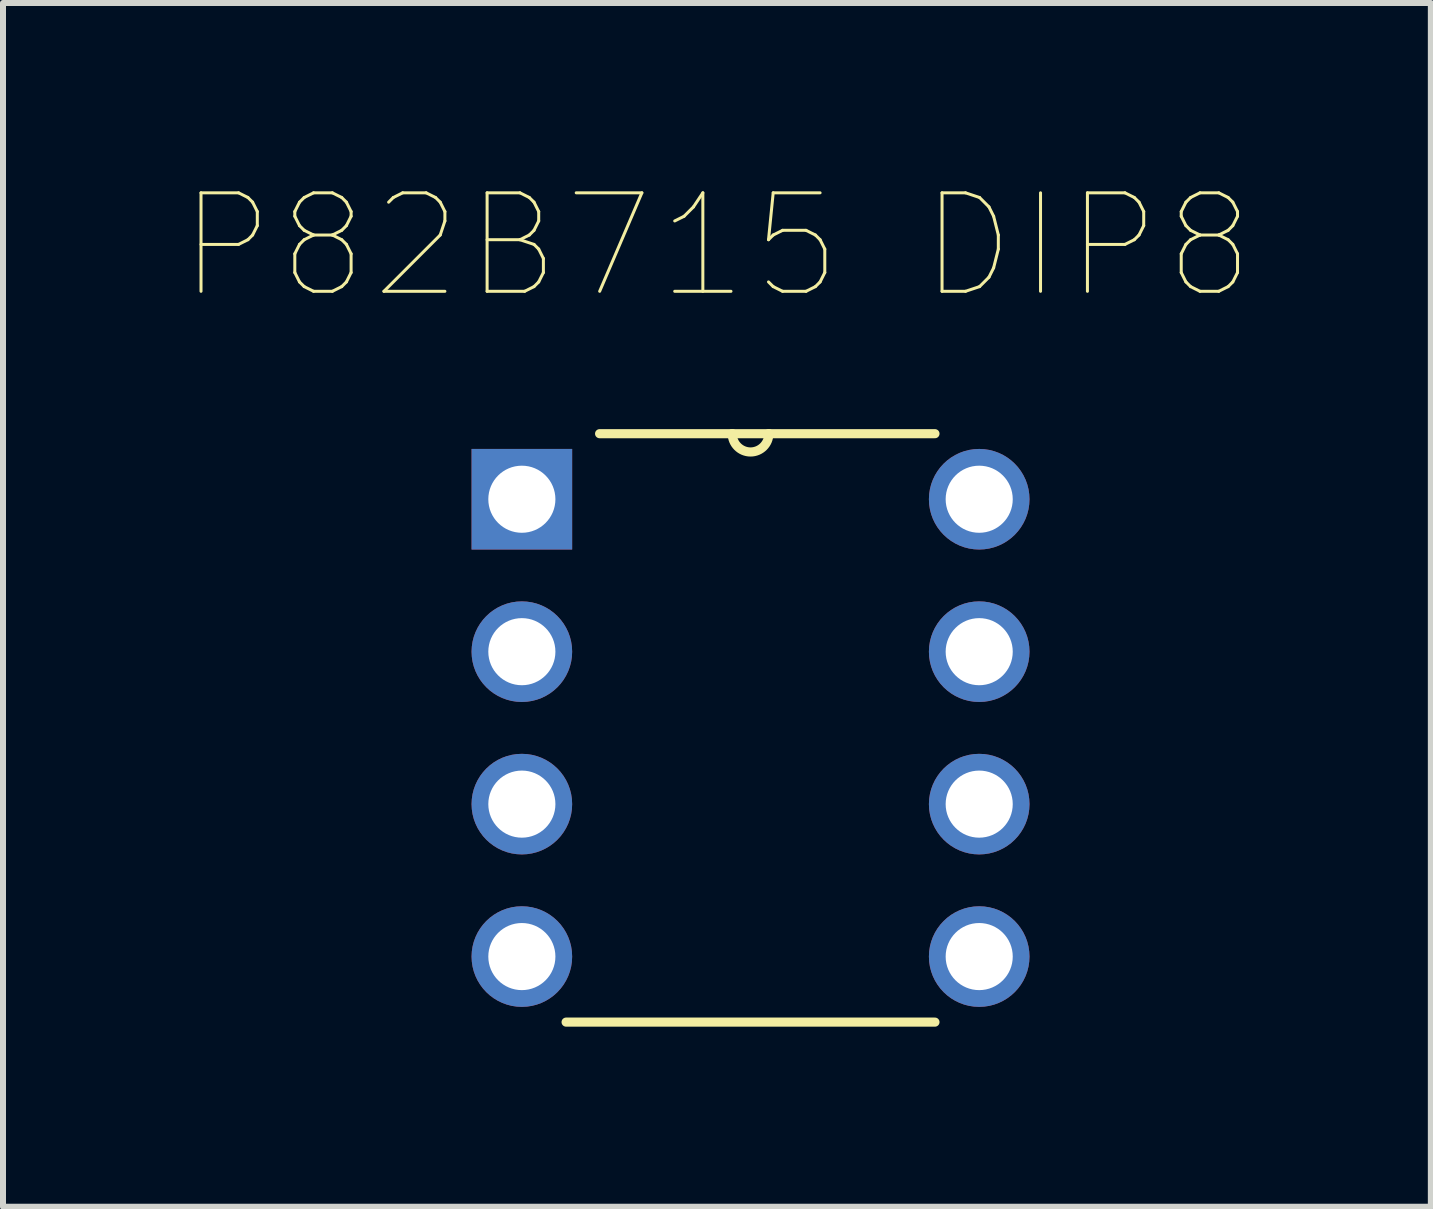
<source format=kicad_pcb>
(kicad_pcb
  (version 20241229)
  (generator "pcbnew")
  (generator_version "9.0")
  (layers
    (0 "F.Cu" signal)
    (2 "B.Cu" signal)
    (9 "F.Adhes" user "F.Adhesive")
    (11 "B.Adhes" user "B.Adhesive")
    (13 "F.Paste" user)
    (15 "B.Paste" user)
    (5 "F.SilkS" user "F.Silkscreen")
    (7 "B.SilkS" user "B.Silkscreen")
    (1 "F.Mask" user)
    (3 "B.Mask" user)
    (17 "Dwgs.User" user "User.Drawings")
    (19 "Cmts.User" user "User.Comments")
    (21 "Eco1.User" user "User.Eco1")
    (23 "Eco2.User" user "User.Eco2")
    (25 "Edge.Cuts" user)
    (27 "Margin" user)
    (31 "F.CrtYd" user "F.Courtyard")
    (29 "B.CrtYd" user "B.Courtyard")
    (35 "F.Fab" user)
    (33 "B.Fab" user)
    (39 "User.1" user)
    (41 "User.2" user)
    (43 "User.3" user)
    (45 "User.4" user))
  (footprint "P82B715 DIP8"
    (layer "F.Cu")
    (at 13.265 12.888)
    (property "Reference" "P82B715 DIP8" (at -4.37 -11.841 0) (layer "F.SilkS") (effects (font (size 1.641 1.641) (thickness 0.05))))
    (attr through_hole)
    (fp_line (start -6.883 1.092) (end -0.737 1.092) (stroke (width 0.152) (type solid)) (layer "F.SilkS"))
    (fp_line (start -4.115 -8.712) (end -6.325 -8.712) (stroke (width 0.152) (type solid)) (layer "F.SilkS"))
    (fp_line (start -3.505 -8.712) (end -4.115 -8.712) (stroke (width 0.152) (type solid)) (layer "F.SilkS"))
    (fp_line (start -0.737 -8.712) (end -3.505 -8.712) (stroke (width 0.152) (type solid)) (layer "F.SilkS"))
    (fp_arc (start -3.5052 -8.7122) (mid -3.81 -8.4074) (end -4.1148 -8.7122) (stroke (width 0.1524) (type solid)) (layer "F.SilkS"))
    (fp_line (start -8.179 -8.179) (end -8.179 -7.061) (stroke (width 0.1) (type solid)) (layer "Eco2.User"))
    (fp_line (start -8.179 -7.061) (end -7.061 -7.061) (stroke (width 0.1) (type solid)) (layer "Eco2.User"))
    (fp_line (start -8.179 -5.639) (end -8.179 -4.521) (stroke (width 0.1) (type solid)) (layer "Eco2.User"))
    (fp_line (start -8.179 -4.521) (end -7.061 -4.521) (stroke (width 0.1) (type solid)) (layer "Eco2.User"))
    (fp_line (start -8.179 -3.099) (end -8.179 -1.981) (stroke (width 0.1) (type solid)) (layer "Eco2.User"))
    (fp_line (start -8.179 -1.981) (end -7.061 -1.981) (stroke (width 0.1) (type solid)) (layer "Eco2.User"))
    (fp_line (start -8.179 -0.559) (end -8.179 0.559) (stroke (width 0.1) (type solid)) (layer "Eco2.User"))
    (fp_line (start -8.179 0.559) (end -7.061 0.559) (stroke (width 0.1) (type solid)) (layer "Eco2.User"))
    (fp_line (start -7.061 -8.712) (end -7.061 1.092) (stroke (width 0.1) (type solid)) (layer "Eco2.User"))
    (fp_line (start -7.061 -8.179) (end -8.179 -8.179) (stroke (width 0.1) (type solid)) (layer "Eco2.User"))
    (fp_line (start -7.061 -7.061) (end -7.061 -8.179) (stroke (width 0.1) (type solid)) (layer "Eco2.User"))
    (fp_line (start -7.061 -5.639) (end -8.179 -5.639) (stroke (width 0.1) (type solid)) (layer "Eco2.User"))
    (fp_line (start -7.061 -4.521) (end -7.061 -5.639) (stroke (width 0.1) (type solid)) (layer "Eco2.User"))
    (fp_line (start -7.061 -3.099) (end -8.179 -3.099) (stroke (width 0.1) (type solid)) (layer "Eco2.User"))
    (fp_line (start -7.061 -1.981) (end -7.061 -3.099) (stroke (width 0.1) (type solid)) (layer "Eco2.User"))
    (fp_line (start -7.061 -0.559) (end -8.179 -0.559) (stroke (width 0.1) (type solid)) (layer "Eco2.User"))
    (fp_line (start -7.061 0.559) (end -7.061 -0.559) (stroke (width 0.1) (type solid)) (layer "Eco2.User"))
    (fp_line (start -7.061 1.092) (end -0.559 1.092) (stroke (width 0.1) (type solid)) (layer "Eco2.User"))
    (fp_line (start -4.115 -8.712) (end -7.061 -8.712) (stroke (width 0.1) (type solid)) (layer "Eco2.User"))
    (fp_line (start -3.505 -8.712) (end -4.115 -8.712) (stroke (width 0.1) (type solid)) (layer "Eco2.User"))
    (fp_line (start -0.559 -8.712) (end -3.505 -8.712) (stroke (width 0.1) (type solid)) (layer "Eco2.User"))
    (fp_line (start -0.559 -8.179) (end -0.559 -7.061) (stroke (width 0.1) (type solid)) (layer "Eco2.User"))
    (fp_line (start -0.559 -7.061) (end 0.559 -7.061) (stroke (width 0.1) (type solid)) (layer "Eco2.User"))
    (fp_line (start -0.559 -5.639) (end -0.559 -4.521) (stroke (width 0.1) (type solid)) (layer "Eco2.User"))
    (fp_line (start -0.559 -4.521) (end 0.559 -4.521) (stroke (width 0.1) (type solid)) (layer "Eco2.User"))
    (fp_line (start -0.559 -3.099) (end -0.559 -1.981) (stroke (width 0.1) (type solid)) (layer "Eco2.User"))
    (fp_line (start -0.559 -1.981) (end 0.559 -1.981) (stroke (width 0.1) (type solid)) (layer "Eco2.User"))
    (fp_line (start -0.559 -0.559) (end -0.559 0.559) (stroke (width 0.1) (type solid)) (layer "Eco2.User"))
    (fp_line (start -0.559 0.559) (end 0.559 0.559) (stroke (width 0.1) (type solid)) (layer "Eco2.User"))
    (fp_line (start -0.559 1.092) (end -0.559 -8.712) (stroke (width 0.1) (type solid)) (layer "Eco2.User"))
    (fp_line (start 0.559 -8.179) (end -0.559 -8.179) (stroke (width 0.1) (type solid)) (layer "Eco2.User"))
    (fp_line (start 0.559 -7.061) (end 0.559 -8.179) (stroke (width 0.1) (type solid)) (layer "Eco2.User"))
    (fp_line (start 0.559 -5.639) (end -0.559 -5.639) (stroke (width 0.1) (type solid)) (layer "Eco2.User"))
    (fp_line (start 0.559 -4.521) (end 0.559 -5.639) (stroke (width 0.1) (type solid)) (layer "Eco2.User"))
    (fp_line (start 0.559 -3.099) (end -0.559 -3.099) (stroke (width 0.1) (type solid)) (layer "Eco2.User"))
    (fp_line (start 0.559 -1.981) (end 0.559 -3.099) (stroke (width 0.1) (type solid)) (layer "Eco2.User"))
    (fp_line (start 0.559 -0.559) (end -0.559 -0.559) (stroke (width 0.1) (type solid)) (layer "Eco2.User"))
    (fp_line (start 0.559 0.559) (end 0.559 -0.559) (stroke (width 0.1) (type solid)) (layer "Eco2.User"))
    (fp_arc (start -3.5052 -8.7122) (mid -3.81 -8.4074) (end -4.1148 -8.7122) (stroke (width 0.1) (type solid)) (layer "Eco2.User"))
    (pad "1" thru_hole rect (at -7.62 -7.62) (size 1.676 1.676) (drill 1.118) (layers "*.Cu" "*.Mask"))
    (pad "2" thru_hole circle (at -7.62 -5.08) (size 1.676 1.676) (drill 1.118) (layers "*.Cu" "*.Mask"))
    (pad "3" thru_hole circle (at -7.62 -2.54) (size 1.676 1.676) (drill 1.118) (layers "*.Cu" "*.Mask"))
    (pad "4" thru_hole circle (at -7.62 0) (size 1.676 1.676) (drill 1.118) (layers "*.Cu" "*.Mask"))
    (pad "5" thru_hole circle (at 0 0) (size 1.676 1.676) (drill 1.118) (layers "*.Cu" "*.Mask"))
    (pad "6" thru_hole circle (at 0 -2.54) (size 1.676 1.676) (drill 1.118) (layers "*.Cu" "*.Mask"))
    (pad "7" thru_hole circle (at 0 -5.08) (size 1.676 1.676) (drill 1.118) (layers "*.Cu" "*.Mask"))
    (pad "8" thru_hole circle (at 0 -7.62) (size 1.676 1.676) (drill 1.118) (layers "*.Cu" "*.Mask")))
  (gr_rect
    (start -3 -3)
    (end 20.79 17.056)
    (stroke (width 0.1) (type default))
    (fill no)
    (layer "Edge.Cuts")))
</source>
